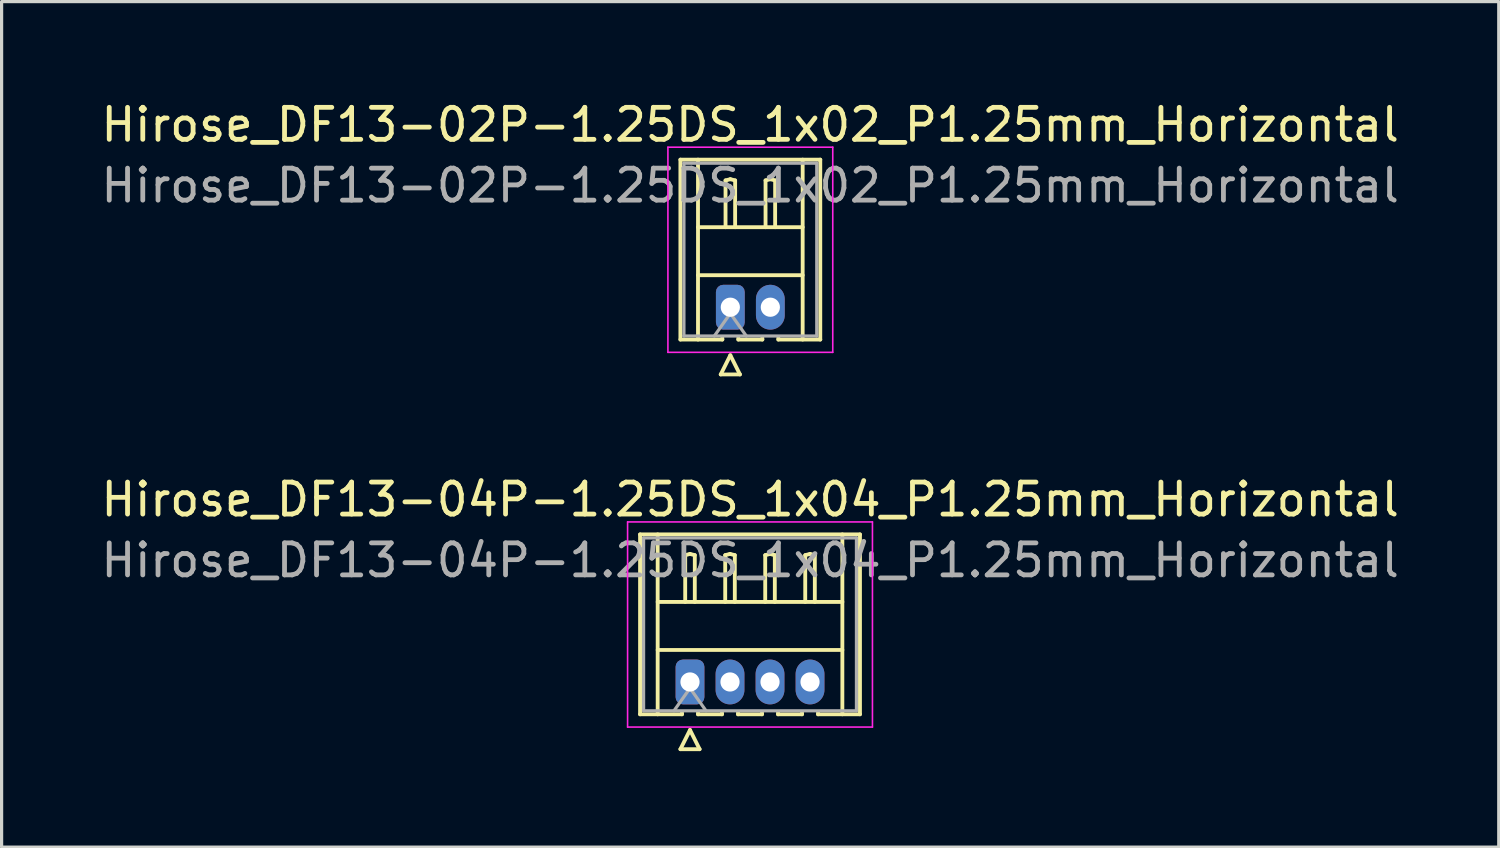
<source format=kicad_pcb>
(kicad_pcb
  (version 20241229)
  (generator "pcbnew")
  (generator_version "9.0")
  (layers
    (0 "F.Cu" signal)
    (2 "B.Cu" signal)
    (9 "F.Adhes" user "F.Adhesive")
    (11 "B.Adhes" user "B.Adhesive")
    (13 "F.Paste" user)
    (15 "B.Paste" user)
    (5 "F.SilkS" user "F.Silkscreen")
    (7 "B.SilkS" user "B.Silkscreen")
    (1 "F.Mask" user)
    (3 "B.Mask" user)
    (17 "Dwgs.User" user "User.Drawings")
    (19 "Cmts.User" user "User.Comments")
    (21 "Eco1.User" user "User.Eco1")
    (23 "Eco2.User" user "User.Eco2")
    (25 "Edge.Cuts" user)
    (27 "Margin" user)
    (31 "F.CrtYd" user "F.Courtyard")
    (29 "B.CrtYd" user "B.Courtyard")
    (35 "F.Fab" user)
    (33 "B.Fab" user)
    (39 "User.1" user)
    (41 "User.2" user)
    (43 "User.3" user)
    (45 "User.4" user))
  (footprint "Hirose_DF13-02P-1.25DS_1x02_P1.25mm_Horizontal"
    (layer "F.Cu")
    (at 19.767 6.548)
    (property "Reference" "Hirose_DF13-02P-1.25DS_1x02_P1.25mm_Horizontal" (at 0.62 -5.7 0) (layer "F.SilkS") (effects (font (size 1 1) (thickness 0.15))))
    (attr through_hole)
    (fp_line (start -1.56 -4.61) (end 2.81 -4.61) (stroke (width 0.12) (type solid)) (layer "F.SilkS"))
    (fp_line (start -1.56 1.01) (end -1.56 -4.61) (stroke (width 0.12) (type solid)) (layer "F.SilkS"))
    (fp_line (start -1.01 -4.61) (end -1.01 1.01) (stroke (width 0.12) (type solid)) (layer "F.SilkS"))
    (fp_line (start -1.01 -2.5) (end 2.26 -2.5) (stroke (width 0.12) (type solid)) (layer "F.SilkS"))
    (fp_line (start -1.01 -1) (end 2.26 -1) (stroke (width 0.12) (type solid)) (layer "F.SilkS"))
    (fp_line (start -0.3 2.1) (end 0.3 2.1) (stroke (width 0.12) (type solid)) (layer "F.SilkS"))
    (fp_line (start -0.25 0.96) (end -0.25 1.01) (stroke (width 0.12) (type solid)) (layer "F.SilkS"))
    (fp_line (start -0.25 1.01) (end -1.56 1.01) (stroke (width 0.12) (type solid)) (layer "F.SilkS"))
    (fp_line (start -0.15 -3.962) (end 0 -4) (stroke (width 0.12) (type solid)) (layer "F.SilkS"))
    (fp_line (start -0.15 -2.5) (end -0.15 -3.962) (stroke (width 0.12) (type solid)) (layer "F.SilkS"))
    (fp_line (start 0 -4) (end 0.15 -3.962) (stroke (width 0.12) (type solid)) (layer "F.SilkS"))
    (fp_line (start 0 1.5) (end -0.3 2.1) (stroke (width 0.12) (type solid)) (layer "F.SilkS"))
    (fp_line (start 0.15 -3.962) (end 0.15 -2.5) (stroke (width 0.12) (type solid)) (layer "F.SilkS"))
    (fp_line (start 0.25 0.96) (end 0.25 1.01) (stroke (width 0.12) (type solid)) (layer "F.SilkS"))
    (fp_line (start 0.25 1.01) (end 1 1.01) (stroke (width 0.12) (type solid)) (layer "F.SilkS"))
    (fp_line (start 0.3 2.1) (end 0 1.5) (stroke (width 0.12) (type solid)) (layer "F.SilkS"))
    (fp_line (start 1 1.01) (end 1 0.96) (stroke (width 0.12) (type solid)) (layer "F.SilkS"))
    (fp_line (start 1.1 -3.962) (end 1.25 -4) (stroke (width 0.12) (type solid)) (layer "F.SilkS"))
    (fp_line (start 1.1 -2.5) (end 1.1 -3.962) (stroke (width 0.12) (type solid)) (layer "F.SilkS"))
    (fp_line (start 1.25 -4) (end 1.4 -3.962) (stroke (width 0.12) (type solid)) (layer "F.SilkS"))
    (fp_line (start 1.4 -3.962) (end 1.4 -2.5) (stroke (width 0.12) (type solid)) (layer "F.SilkS"))
    (fp_line (start 1.5 1.01) (end 1.5 0.96) (stroke (width 0.12) (type solid)) (layer "F.SilkS"))
    (fp_line (start 2.26 -4.61) (end 2.26 1.01) (stroke (width 0.12) (type solid)) (layer "F.SilkS"))
    (fp_line (start 2.81 -4.61) (end 2.81 1.01) (stroke (width 0.12) (type solid)) (layer "F.SilkS"))
    (fp_line (start 2.81 1.01) (end 1.5 1.01) (stroke (width 0.12) (type solid)) (layer "F.SilkS"))
    (fp_line (start -1.95 -5) (end -1.95 1.41) (stroke (width 0.05) (type solid)) (layer "F.CrtYd"))
    (fp_line (start -1.95 1.41) (end 3.2 1.41) (stroke (width 0.05) (type solid)) (layer "F.CrtYd"))
    (fp_line (start 3.2 -5) (end -1.95 -5) (stroke (width 0.05) (type solid)) (layer "F.CrtYd"))
    (fp_line (start 3.2 1.41) (end 3.2 -5) (stroke (width 0.05) (type solid)) (layer "F.CrtYd"))
    (fp_line (start -1.45 -4.5) (end -1.45 0.9) (stroke (width 0.1) (type solid)) (layer "F.Fab"))
    (fp_line (start -1.45 0.9) (end 2.7 0.9) (stroke (width 0.1) (type solid)) (layer "F.Fab"))
    (fp_line (start -0.5 0.9) (end 0 0.193) (stroke (width 0.1) (type solid)) (layer "F.Fab"))
    (fp_line (start 0 0.193) (end 0.5 0.9) (stroke (width 0.1) (type solid)) (layer "F.Fab"))
    (fp_line (start 2.7 -4.5) (end -1.45 -4.5) (stroke (width 0.1) (type solid)) (layer "F.Fab"))
    (fp_line (start 2.7 0.9) (end 2.7 -4.5) (stroke (width 0.1) (type solid)) (layer "F.Fab"))
    (fp_text user "${REFERENCE}" (at 0.62 -3.8 0) (layer "F.Fab") (effects (font (size 1 1) (thickness 0.15))))
    (pad "1" thru_hole roundrect (at 0 0) (size 0.9 1.4) (drill 0.6) (layers "*.Cu" "*.Mask") (roundrect_rratio 0.25))
    (pad "2" thru_hole oval (at 1.25 0) (size 0.9 1.4) (drill 0.6) (layers "*.Cu" "*.Mask")))
  (footprint "Hirose_DF13-04P-1.25DS_1x04_P1.25mm_Horizontal"
    (layer "F.Cu")
    (at 18.507 18.256)
    (property "Reference" "Hirose_DF13-04P-1.25DS_1x04_P1.25mm_Horizontal" (at 1.88 -5.7 0) (layer "F.SilkS") (effects (font (size 1 1) (thickness 0.15))))
    (attr through_hole)
    (fp_line (start -1.56 -4.61) (end 5.31 -4.61) (stroke (width 0.12) (type solid)) (layer "F.SilkS"))
    (fp_line (start -1.56 1.01) (end -1.56 -4.61) (stroke (width 0.12) (type solid)) (layer "F.SilkS"))
    (fp_line (start -1.01 -4.61) (end -1.01 1.01) (stroke (width 0.12) (type solid)) (layer "F.SilkS"))
    (fp_line (start -1.01 -2.5) (end 4.76 -2.5) (stroke (width 0.12) (type solid)) (layer "F.SilkS"))
    (fp_line (start -1.01 -1) (end 4.76 -1) (stroke (width 0.12) (type solid)) (layer "F.SilkS"))
    (fp_line (start -0.3 2.1) (end 0.3 2.1) (stroke (width 0.12) (type solid)) (layer "F.SilkS"))
    (fp_line (start -0.25 0.96) (end -0.25 1.01) (stroke (width 0.12) (type solid)) (layer "F.SilkS"))
    (fp_line (start -0.25 1.01) (end -1.56 1.01) (stroke (width 0.12) (type solid)) (layer "F.SilkS"))
    (fp_line (start -0.15 -3.962) (end 0 -4) (stroke (width 0.12) (type solid)) (layer "F.SilkS"))
    (fp_line (start -0.15 -2.5) (end -0.15 -3.962) (stroke (width 0.12) (type solid)) (layer "F.SilkS"))
    (fp_line (start 0 -4) (end 0.15 -3.962) (stroke (width 0.12) (type solid)) (layer "F.SilkS"))
    (fp_line (start 0 1.5) (end -0.3 2.1) (stroke (width 0.12) (type solid)) (layer "F.SilkS"))
    (fp_line (start 0.15 -3.962) (end 0.15 -2.5) (stroke (width 0.12) (type solid)) (layer "F.SilkS"))
    (fp_line (start 0.25 0.96) (end 0.25 1.01) (stroke (width 0.12) (type solid)) (layer "F.SilkS"))
    (fp_line (start 0.25 1.01) (end 1 1.01) (stroke (width 0.12) (type solid)) (layer "F.SilkS"))
    (fp_line (start 0.3 2.1) (end 0 1.5) (stroke (width 0.12) (type solid)) (layer "F.SilkS"))
    (fp_line (start 1 1.01) (end 1 0.96) (stroke (width 0.12) (type solid)) (layer "F.SilkS"))
    (fp_line (start 1.1 -3.962) (end 1.25 -4) (stroke (width 0.12) (type solid)) (layer "F.SilkS"))
    (fp_line (start 1.1 -2.5) (end 1.1 -3.962) (stroke (width 0.12) (type solid)) (layer "F.SilkS"))
    (fp_line (start 1.25 -4) (end 1.4 -3.962) (stroke (width 0.12) (type solid)) (layer "F.SilkS"))
    (fp_line (start 1.4 -3.962) (end 1.4 -2.5) (stroke (width 0.12) (type solid)) (layer "F.SilkS"))
    (fp_line (start 1.5 0.96) (end 1.5 1.01) (stroke (width 0.12) (type solid)) (layer "F.SilkS"))
    (fp_line (start 1.5 1.01) (end 2.25 1.01) (stroke (width 0.12) (type solid)) (layer "F.SilkS"))
    (fp_line (start 2.25 1.01) (end 2.25 0.96) (stroke (width 0.12) (type solid)) (layer "F.SilkS"))
    (fp_line (start 2.35 -3.962) (end 2.5 -4) (stroke (width 0.12) (type solid)) (layer "F.SilkS"))
    (fp_line (start 2.35 -2.5) (end 2.35 -3.962) (stroke (width 0.12) (type solid)) (layer "F.SilkS"))
    (fp_line (start 2.5 -4) (end 2.65 -3.962) (stroke (width 0.12) (type solid)) (layer "F.SilkS"))
    (fp_line (start 2.65 -3.962) (end 2.65 -2.5) (stroke (width 0.12) (type solid)) (layer "F.SilkS"))
    (fp_line (start 2.75 0.96) (end 2.75 1.01) (stroke (width 0.12) (type solid)) (layer "F.SilkS"))
    (fp_line (start 2.75 1.01) (end 3.5 1.01) (stroke (width 0.12) (type solid)) (layer "F.SilkS"))
    (fp_line (start 3.5 1.01) (end 3.5 0.96) (stroke (width 0.12) (type solid)) (layer "F.SilkS"))
    (fp_line (start 3.6 -3.962) (end 3.75 -4) (stroke (width 0.12) (type solid)) (layer "F.SilkS"))
    (fp_line (start 3.6 -2.5) (end 3.6 -3.962) (stroke (width 0.12) (type solid)) (layer "F.SilkS"))
    (fp_line (start 3.75 -4) (end 3.9 -3.962) (stroke (width 0.12) (type solid)) (layer "F.SilkS"))
    (fp_line (start 3.9 -3.962) (end 3.9 -2.5) (stroke (width 0.12) (type solid)) (layer "F.SilkS"))
    (fp_line (start 4 1.01) (end 4 0.96) (stroke (width 0.12) (type solid)) (layer "F.SilkS"))
    (fp_line (start 4.76 -4.61) (end 4.76 1.01) (stroke (width 0.12) (type solid)) (layer "F.SilkS"))
    (fp_line (start 5.31 -4.61) (end 5.31 1.01) (stroke (width 0.12) (type solid)) (layer "F.SilkS"))
    (fp_line (start 5.31 1.01) (end 4 1.01) (stroke (width 0.12) (type solid)) (layer "F.SilkS"))
    (fp_line (start -1.95 -5) (end -1.95 1.41) (stroke (width 0.05) (type solid)) (layer "F.CrtYd"))
    (fp_line (start -1.95 1.41) (end 5.7 1.41) (stroke (width 0.05) (type solid)) (layer "F.CrtYd"))
    (fp_line (start 5.7 -5) (end -1.95 -5) (stroke (width 0.05) (type solid)) (layer "F.CrtYd"))
    (fp_line (start 5.7 1.41) (end 5.7 -5) (stroke (width 0.05) (type solid)) (layer "F.CrtYd"))
    (fp_line (start -1.45 -4.5) (end -1.45 0.9) (stroke (width 0.1) (type solid)) (layer "F.Fab"))
    (fp_line (start -1.45 0.9) (end 5.2 0.9) (stroke (width 0.1) (type solid)) (layer "F.Fab"))
    (fp_line (start -0.5 0.9) (end 0 0.193) (stroke (width 0.1) (type solid)) (layer "F.Fab"))
    (fp_line (start 0 0.193) (end 0.5 0.9) (stroke (width 0.1) (type solid)) (layer "F.Fab"))
    (fp_line (start 5.2 -4.5) (end -1.45 -4.5) (stroke (width 0.1) (type solid)) (layer "F.Fab"))
    (fp_line (start 5.2 0.9) (end 5.2 -4.5) (stroke (width 0.1) (type solid)) (layer "F.Fab"))
    (fp_text user "${REFERENCE}" (at 1.88 -3.8 0) (layer "F.Fab") (effects (font (size 1 1) (thickness 0.15))))
    (pad "1" thru_hole roundrect (at 0 0) (size 0.9 1.4) (drill 0.6) (layers "*.Cu" "*.Mask") (roundrect_rratio 0.25))
    (pad "2" thru_hole oval (at 1.25 0) (size 0.9 1.4) (drill 0.6) (layers "*.Cu" "*.Mask"))
    (pad "3" thru_hole oval (at 2.5 0) (size 0.9 1.4) (drill 0.6) (layers "*.Cu" "*.Mask"))
    (pad "4" thru_hole oval (at 3.75 0) (size 0.9 1.4) (drill 0.6) (layers "*.Cu" "*.Mask")))
  (gr_rect
    (start -3 -3)
    (end 43.774 23.416)
    (stroke (width 0.1) (type default))
    (fill no)
    (layer "Edge.Cuts")))
</source>
